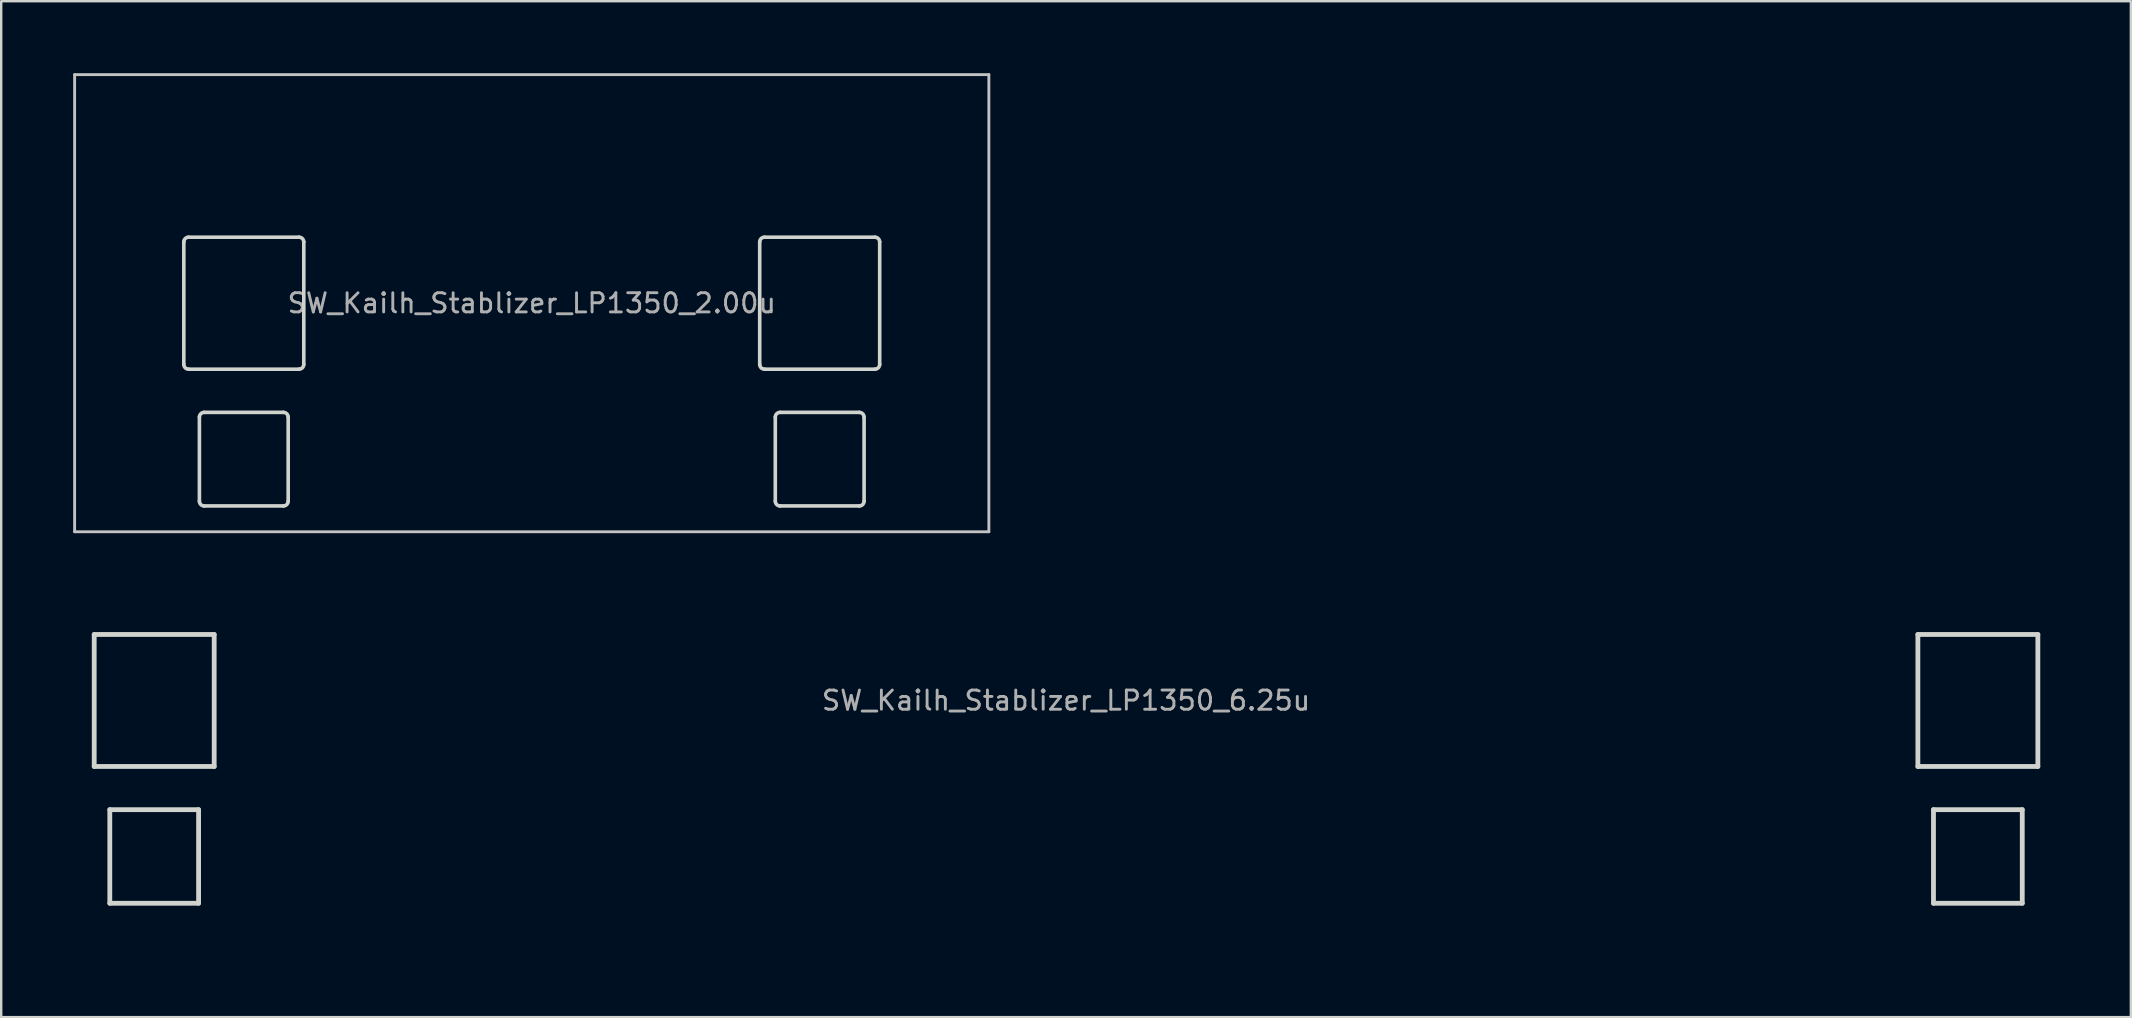
<source format=kicad_pcb>
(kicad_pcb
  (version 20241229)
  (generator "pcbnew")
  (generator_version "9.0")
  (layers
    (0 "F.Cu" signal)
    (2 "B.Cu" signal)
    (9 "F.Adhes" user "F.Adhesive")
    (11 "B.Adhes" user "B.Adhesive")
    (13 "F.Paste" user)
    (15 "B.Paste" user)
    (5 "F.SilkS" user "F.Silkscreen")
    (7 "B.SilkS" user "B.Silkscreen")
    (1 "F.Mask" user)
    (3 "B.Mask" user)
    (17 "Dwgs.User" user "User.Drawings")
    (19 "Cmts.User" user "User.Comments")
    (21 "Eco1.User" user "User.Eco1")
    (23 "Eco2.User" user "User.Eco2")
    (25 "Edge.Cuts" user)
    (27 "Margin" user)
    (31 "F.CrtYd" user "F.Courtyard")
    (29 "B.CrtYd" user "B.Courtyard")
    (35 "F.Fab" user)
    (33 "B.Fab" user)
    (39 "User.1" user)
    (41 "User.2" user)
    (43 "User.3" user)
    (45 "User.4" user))
  (footprint "SW_Kailh_Stablizer_LP1350_2.00u"
    (layer "F.Cu")
    (at 19.11 9.585)
    (property "Reference" "SW_Kailh_Stablizer_LP1350_2.00u" (at 0 0 0) (layer "F.Fab") (effects (font (size 0.8 0.8) (thickness 0.12))))
    (attr smd)
    (fp_line (start -19.05 9.525) (end -19.05 -9.525) (stroke (width 0.12) (type default)) (layer "Dwgs.User"))
    (fp_line (start 19.05 -9.525) (end -19.05 -9.525) (stroke (width 0.12) (type default)) (layer "Dwgs.User"))
    (fp_line (start 19.05 9.525) (end -19.05 9.525) (stroke (width 0.12) (type default)) (layer "Dwgs.User"))
    (fp_line (start 19.05 9.525) (end 19.05 -9.525) (stroke (width 0.12) (type default)) (layer "Dwgs.User"))
    (fp_line (start -15.15 -3.1) (end -15.15 3.1) (stroke (width 0.12) (type default)) (layer "Eco1.User"))
    (fp_line (start -14.95 -3.3) (end -9.05 -3.3) (stroke (width 0.12) (type default)) (layer "Eco1.User"))
    (fp_line (start -14.95 3.3) (end -13.8 3.3) (stroke (width 0.12) (type default)) (layer "Eco1.User"))
    (fp_line (start -13.6 7.8) (end -13.6 3.5) (stroke (width 0.12) (type default)) (layer "Eco1.User"))
    (fp_line (start -13.4 8) (end -10.6 8) (stroke (width 0.12) (type default)) (layer "Eco1.User"))
    (fp_line (start -10.4 7.8) (end -10.4 3.5) (stroke (width 0.12) (type default)) (layer "Eco1.User"))
    (fp_line (start -10.2 3.3) (end -9.05 3.3) (stroke (width 0.12) (type default)) (layer "Eco1.User"))
    (fp_line (start -8.85 3.1) (end -8.85 -3.1) (stroke (width 0.12) (type default)) (layer "Eco1.User"))
    (fp_line (start 8.85 -3.1) (end 8.85 3.1) (stroke (width 0.12) (type default)) (layer "Eco1.User"))
    (fp_line (start 9.05 -3.3) (end 14.95 -3.3) (stroke (width 0.12) (type default)) (layer "Eco1.User"))
    (fp_line (start 9.05 3.3) (end 10.2 3.3) (stroke (width 0.12) (type default)) (layer "Eco1.User"))
    (fp_line (start 10.4 7.8) (end 10.4 3.5) (stroke (width 0.12) (type default)) (layer "Eco1.User"))
    (fp_line (start 10.6 8) (end 13.4 8) (stroke (width 0.12) (type default)) (layer "Eco1.User"))
    (fp_line (start 13.6 7.8) (end 13.6 3.5) (stroke (width 0.12) (type default)) (layer "Eco1.User"))
    (fp_line (start 13.8 3.3) (end 14.95 3.3) (stroke (width 0.12) (type default)) (layer "Eco1.User"))
    (fp_line (start 15.15 3.1) (end 15.15 -3.1) (stroke (width 0.12) (type default)) (layer "Eco1.User"))
    (fp_arc (start -15.15 -3.1) (mid -15.091422 -3.241422) (end -14.95 -3.3) (stroke (width 0.12) (type default)) (layer "Eco1.User"))
    (fp_arc (start -14.95 3.3) (mid -15.091422 3.241422) (end -15.15 3.1) (stroke (width 0.12) (type default)) (layer "Eco1.User"))
    (fp_arc (start -13.8 3.3) (mid -13.658578 3.358578) (end -13.6 3.5) (stroke (width 0.12) (type default)) (layer "Eco1.User"))
    (fp_arc (start -13.4 8) (mid -13.541422 7.941422) (end -13.6 7.8) (stroke (width 0.12) (type default)) (layer "Eco1.User"))
    (fp_arc (start -10.4 3.5) (mid -10.341422 3.358578) (end -10.2 3.3) (stroke (width 0.12) (type default)) (layer "Eco1.User"))
    (fp_arc (start -10.4 7.8) (mid -10.458578 7.941422) (end -10.6 8) (stroke (width 0.12) (type default)) (layer "Eco1.User"))
    (fp_arc (start -9.05 -3.3) (mid -8.908578 -3.241422) (end -8.85 -3.1) (stroke (width 0.12) (type default)) (layer "Eco1.User"))
    (fp_arc (start -8.85 3.1) (mid -8.908578 3.241422) (end -9.05 3.3) (stroke (width 0.12) (type default)) (layer "Eco1.User"))
    (fp_arc (start 8.85 -3.1) (mid 8.908578 -3.241422) (end 9.05 -3.3) (stroke (width 0.12) (type default)) (layer "Eco1.User"))
    (fp_arc (start 9.05 3.3) (mid 8.908578 3.241422) (end 8.85 3.1) (stroke (width 0.12) (type default)) (layer "Eco1.User"))
    (fp_arc (start 10.2 3.3) (mid 10.341422 3.358578) (end 10.4 3.5) (stroke (width 0.12) (type default)) (layer "Eco1.User"))
    (fp_arc (start 10.6 8) (mid 10.458578 7.941422) (end 10.4 7.8) (stroke (width 0.12) (type default)) (layer "Eco1.User"))
    (fp_arc (start 13.6 3.5) (mid 13.658578 3.358578) (end 13.8 3.3) (stroke (width 0.12) (type default)) (layer "Eco1.User"))
    (fp_arc (start 13.6 7.8) (mid 13.541422 7.941422) (end 13.4 8) (stroke (width 0.12) (type default)) (layer "Eco1.User"))
    (fp_arc (start 14.95 -3.3) (mid 15.091422 -3.241422) (end 15.15 -3.1) (stroke (width 0.12) (type default)) (layer "Eco1.User"))
    (fp_arc (start 15.15 3.1) (mid 15.091422 3.241422) (end 14.95 3.3) (stroke (width 0.12) (type default)) (layer "Eco1.User"))
    (fp_line (start -14.5 -2.55) (end -14.5 2.55) (stroke (width 0.15) (type solid)) (layer "Edge.Cuts"))
    (fp_line (start -14.3 2.75) (end -9.7 2.75) (stroke (width 0.15) (type solid)) (layer "Edge.Cuts"))
    (fp_line (start -13.85 8.25) (end -13.85 4.75) (stroke (width 0.15) (type solid)) (layer "Edge.Cuts"))
    (fp_line (start -13.65 8.45) (end -10.35 8.45) (stroke (width 0.15) (type solid)) (layer "Edge.Cuts"))
    (fp_line (start -10.35 4.55) (end -13.65 4.55) (stroke (width 0.15) (type solid)) (layer "Edge.Cuts"))
    (fp_line (start -10.15 8.25) (end -10.15 4.75) (stroke (width 0.15) (type solid)) (layer "Edge.Cuts"))
    (fp_line (start -9.7 -2.75) (end -14.3 -2.75) (stroke (width 0.15) (type solid)) (layer "Edge.Cuts"))
    (fp_line (start -9.5 -2.55) (end -9.5 2.55) (stroke (width 0.15) (type solid)) (layer "Edge.Cuts"))
    (fp_line (start 9.5 -2.55) (end 9.5 2.55) (stroke (width 0.15) (type solid)) (layer "Edge.Cuts"))
    (fp_line (start 9.7 2.75) (end 14.3 2.75) (stroke (width 0.15) (type solid)) (layer "Edge.Cuts"))
    (fp_line (start 10.15 8.25) (end 10.15 4.75) (stroke (width 0.15) (type solid)) (layer "Edge.Cuts"))
    (fp_line (start 10.35 8.45) (end 13.65 8.45) (stroke (width 0.15) (type solid)) (layer "Edge.Cuts"))
    (fp_line (start 13.65 4.55) (end 10.35 4.55) (stroke (width 0.15) (type solid)) (layer "Edge.Cuts"))
    (fp_line (start 13.85 8.25) (end 13.85 4.75) (stroke (width 0.15) (type solid)) (layer "Edge.Cuts"))
    (fp_line (start 14.3 -2.75) (end 9.7 -2.75) (stroke (width 0.15) (type solid)) (layer "Edge.Cuts"))
    (fp_line (start 14.5 -2.55) (end 14.5 2.55) (stroke (width 0.15) (type solid)) (layer "Edge.Cuts"))
    (fp_arc (start -14.5 -2.55) (mid -14.441422 -2.691422) (end -14.3 -2.75) (stroke (width 0.15) (type default)) (layer "Edge.Cuts"))
    (fp_arc (start -14.3 2.75) (mid -14.441421 2.691421) (end -14.5 2.55) (stroke (width 0.15) (type default)) (layer "Edge.Cuts"))
    (fp_arc (start -13.85 4.75) (mid -13.791421 4.608579) (end -13.65 4.55) (stroke (width 0.15) (type default)) (layer "Edge.Cuts"))
    (fp_arc (start -13.65 8.45) (mid -13.791421 8.391421) (end -13.85 8.25) (stroke (width 0.15) (type default)) (layer "Edge.Cuts"))
    (fp_arc (start -10.35 4.55) (mid -10.208579 4.608579) (end -10.15 4.75) (stroke (width 0.15) (type default)) (layer "Edge.Cuts"))
    (fp_arc (start -10.15 8.25) (mid -10.208579 8.391421) (end -10.35 8.45) (stroke (width 0.15) (type default)) (layer "Edge.Cuts"))
    (fp_arc (start -9.7 -2.75) (mid -9.558578 -2.691422) (end -9.5 -2.55) (stroke (width 0.15) (type default)) (layer "Edge.Cuts"))
    (fp_arc (start -9.5 2.55) (mid -9.558578 2.691422) (end -9.7 2.75) (stroke (width 0.15) (type default)) (layer "Edge.Cuts"))
    (fp_arc (start 9.5 -2.55) (mid 9.558578 -2.691422) (end 9.7 -2.75) (stroke (width 0.15) (type default)) (layer "Edge.Cuts"))
    (fp_arc (start 9.7 2.75) (mid 9.558579 2.691421) (end 9.5 2.55) (stroke (width 0.15) (type default)) (layer "Edge.Cuts"))
    (fp_arc (start 10.15 4.75) (mid 10.208579 4.608579) (end 10.35 4.55) (stroke (width 0.15) (type default)) (layer "Edge.Cuts"))
    (fp_arc (start 10.35 8.45) (mid 10.208579 8.391421) (end 10.15 8.25) (stroke (width 0.15) (type default)) (layer "Edge.Cuts"))
    (fp_arc (start 13.65 4.55) (mid 13.791421 4.608579) (end 13.85 4.75) (stroke (width 0.15) (type default)) (layer "Edge.Cuts"))
    (fp_arc (start 13.85 8.25) (mid 13.791421 8.391421) (end 13.65 8.45) (stroke (width 0.15) (type default)) (layer "Edge.Cuts"))
    (fp_arc (start 14.3 -2.75) (mid 14.441422 -2.691422) (end 14.5 -2.55) (stroke (width 0.15) (type default)) (layer "Edge.Cuts"))
    (fp_arc (start 14.5 2.55) (mid 14.441422 2.691422) (end 14.3 2.75) (stroke (width 0.15) (type default)) (layer "Edge.Cuts"))
    (fp_text user "Plate Edge" (at -12 10 0) (unlocked yes) (layer "Eco1.User") (effects (font (size 0.8 0.8) (thickness 0.12)) (justify bottom)))
    (fp_text user "Plate Edge" (at 12 10 0) (unlocked yes) (layer "Eco1.User") (effects (font (size 0.8 0.8) (thickness 0.12)) (justify bottom))))
  (footprint "SW_Kailh_Stablizer_LP1350_6.25u"
    (layer "F.Cu")
    (at 41.376 26.142)
    (property "Reference" "SW_Kailh_Stablizer_LP1350_6.25u" (at 0 0 0) (layer "F.Fab") (effects (font (size 0.8 0.8) (thickness 0.12))))
    (attr smd)
    (fp_line (start -41.15 -3.3) (end -41.15 3.3) (stroke (width 0.12) (type default)) (layer "Eco1.User"))
    (fp_line (start -41.15 -3.3) (end -34.85 -3.3) (stroke (width 0.12) (type default)) (layer "Eco1.User"))
    (fp_line (start -41.15 3.3) (end -39.6 3.3) (stroke (width 0.12) (type default)) (layer "Eco1.User"))
    (fp_line (start -39.6 8) (end -39.6 3.3) (stroke (width 0.12) (type default)) (layer "Eco1.User"))
    (fp_line (start -39.6 8) (end -36.4 8) (stroke (width 0.12) (type default)) (layer "Eco1.User"))
    (fp_line (start -36.4 3.3) (end -34.85 3.3) (stroke (width 0.12) (type default)) (layer "Eco1.User"))
    (fp_line (start -36.4 8) (end -36.4 3.3) (stroke (width 0.12) (type default)) (layer "Eco1.User"))
    (fp_line (start -34.85 3.3) (end -34.85 -3.3) (stroke (width 0.12) (type default)) (layer "Eco1.User"))
    (fp_line (start 34.85 -3.3) (end 34.85 3.3) (stroke (width 0.12) (type default)) (layer "Eco1.User"))
    (fp_line (start 34.85 -3.3) (end 41.15 -3.3) (stroke (width 0.12) (type default)) (layer "Eco1.User"))
    (fp_line (start 34.85 3.3) (end 36.4 3.3) (stroke (width 0.12) (type default)) (layer "Eco1.User"))
    (fp_line (start 36.4 8) (end 36.4 3.3) (stroke (width 0.12) (type default)) (layer "Eco1.User"))
    (fp_line (start 36.4 8) (end 39.6 8) (stroke (width 0.12) (type default)) (layer "Eco1.User"))
    (fp_line (start 39.6 3.3) (end 41.15 3.3) (stroke (width 0.12) (type default)) (layer "Eco1.User"))
    (fp_line (start 39.6 8) (end 39.6 3.3) (stroke (width 0.12) (type default)) (layer "Eco1.User"))
    (fp_line (start 41.15 3.3) (end 41.15 -3.3) (stroke (width 0.12) (type default)) (layer "Eco1.User"))
    (fp_line (start -40.5 -2.75) (end -40.5 2.75) (stroke (width 0.2) (type solid)) (layer "Edge.Cuts"))
    (fp_line (start -40.5 2.75) (end -35.5 2.75) (stroke (width 0.2) (type solid)) (layer "Edge.Cuts"))
    (fp_line (start -39.85 8.45) (end -39.85 4.55) (stroke (width 0.2) (type solid)) (layer "Edge.Cuts"))
    (fp_line (start -39.85 8.45) (end -36.15 8.45) (stroke (width 0.2) (type solid)) (layer "Edge.Cuts"))
    (fp_line (start -36.15 4.55) (end -39.85 4.55) (stroke (width 0.2) (type solid)) (layer "Edge.Cuts"))
    (fp_line (start -36.15 8.45) (end -36.15 4.55) (stroke (width 0.2) (type solid)) (layer "Edge.Cuts"))
    (fp_line (start -35.5 -2.75) (end -40.5 -2.75) (stroke (width 0.2) (type solid)) (layer "Edge.Cuts"))
    (fp_line (start -35.5 2.75) (end -35.5 -2.75) (stroke (width 0.2) (type solid)) (layer "Edge.Cuts"))
    (fp_line (start 35.5 -2.75) (end 35.5 2.75) (stroke (width 0.2) (type solid)) (layer "Edge.Cuts"))
    (fp_line (start 35.5 2.75) (end 40.5 2.75) (stroke (width 0.2) (type solid)) (layer "Edge.Cuts"))
    (fp_line (start 36.15 8.45) (end 36.15 4.55) (stroke (width 0.2) (type solid)) (layer "Edge.Cuts"))
    (fp_line (start 36.15 8.45) (end 39.85 8.45) (stroke (width 0.2) (type solid)) (layer "Edge.Cuts"))
    (fp_line (start 39.85 4.55) (end 36.15 4.55) (stroke (width 0.2) (type solid)) (layer "Edge.Cuts"))
    (fp_line (start 39.85 8.45) (end 39.85 4.55) (stroke (width 0.2) (type solid)) (layer "Edge.Cuts"))
    (fp_line (start 40.5 -2.75) (end 35.5 -2.75) (stroke (width 0.2) (type solid)) (layer "Edge.Cuts"))
    (fp_line (start 40.5 2.75) (end 40.5 -2.75) (stroke (width 0.2) (type solid)) (layer "Edge.Cuts"))
    (fp_text user "Plate Edge" (at 38 10 0) (unlocked yes) (layer "Eco1.User") (effects (font (size 0.8 0.8) (thickness 0.12)) (justify bottom)))
    (fp_text user "Plate Edge" (at -38 10 0) (unlocked yes) (layer "Eco1.User") (effects (font (size 0.8 0.8) (thickness 0.12)) (justify bottom))))
  (gr_rect
    (start -3 -3)
    (end 85.752 39.339)
    (stroke (width 0.1) (type default))
    (fill no)
    (layer "Edge.Cuts")))
</source>
